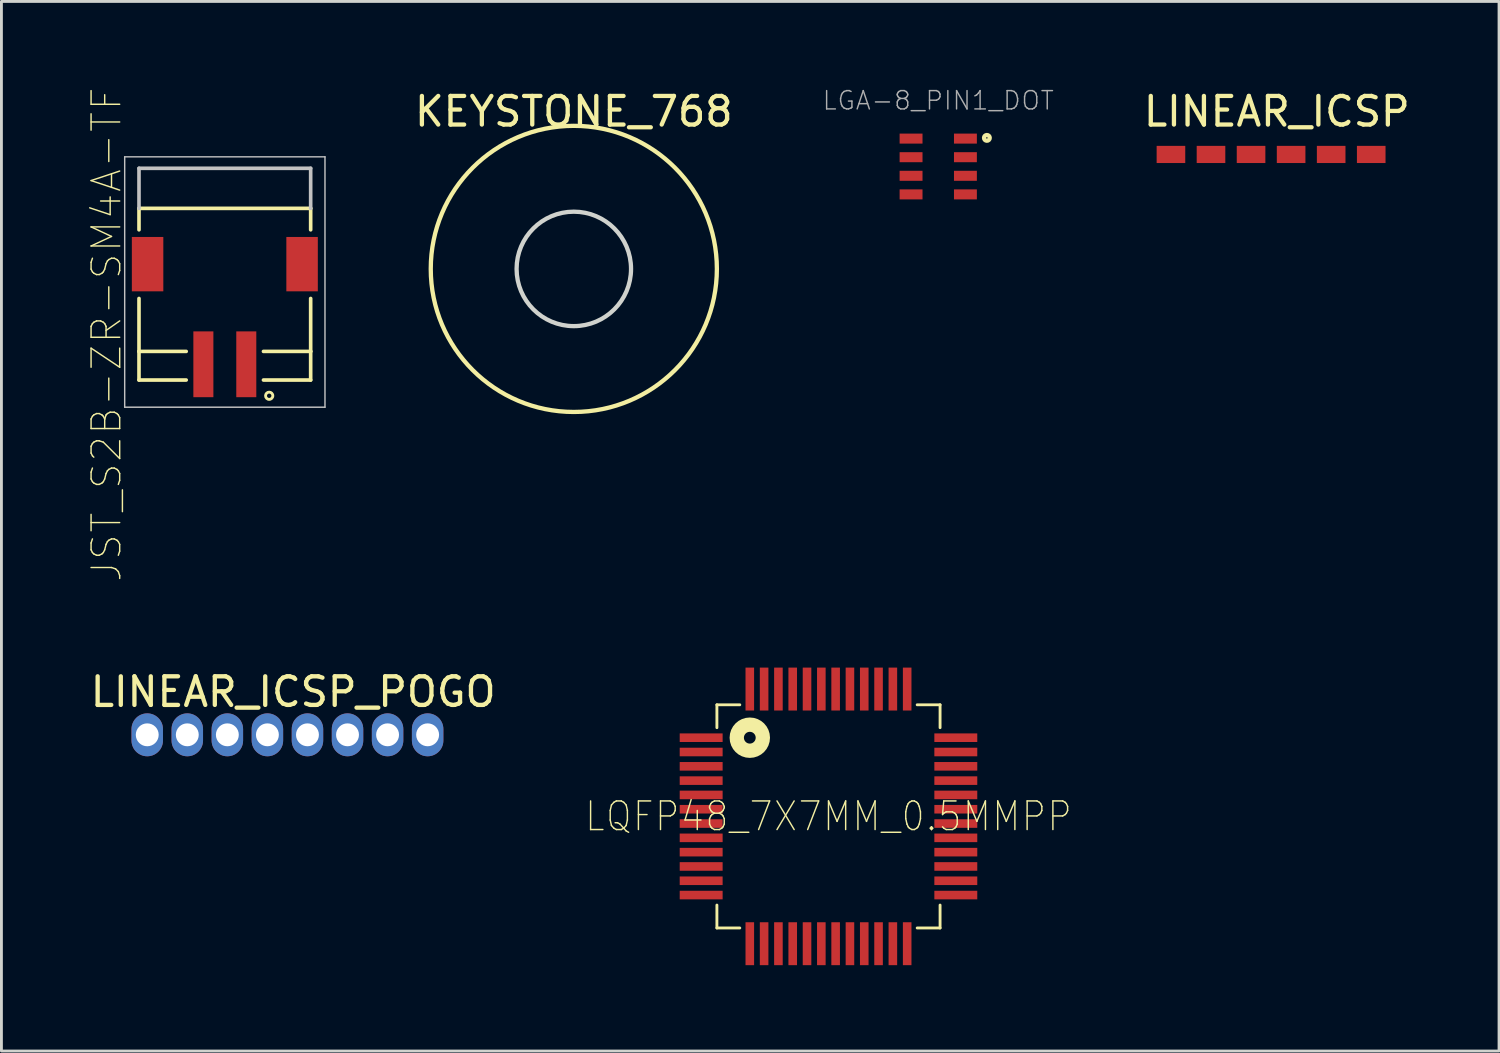
<source format=kicad_pcb>
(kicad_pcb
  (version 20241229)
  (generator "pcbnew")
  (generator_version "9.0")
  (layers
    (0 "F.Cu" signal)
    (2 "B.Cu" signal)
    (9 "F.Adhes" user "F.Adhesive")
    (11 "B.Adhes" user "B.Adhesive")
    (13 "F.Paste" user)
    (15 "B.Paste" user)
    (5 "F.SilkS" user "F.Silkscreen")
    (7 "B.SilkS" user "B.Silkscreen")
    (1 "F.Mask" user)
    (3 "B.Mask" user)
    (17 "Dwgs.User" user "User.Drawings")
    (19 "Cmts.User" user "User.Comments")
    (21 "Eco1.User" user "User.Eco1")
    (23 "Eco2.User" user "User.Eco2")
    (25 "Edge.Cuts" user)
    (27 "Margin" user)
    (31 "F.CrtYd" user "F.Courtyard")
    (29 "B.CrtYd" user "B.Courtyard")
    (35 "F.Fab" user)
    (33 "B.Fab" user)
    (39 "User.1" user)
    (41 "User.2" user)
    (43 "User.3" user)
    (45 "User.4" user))
  (footprint "KEYSTONE_768"
    (layer "F.Cu")
    (at 17.005 0.348)
    (property "Reference" "KEYSTONE_768" (at 0 0.5 0) (layer "F.SilkS") (effects (font (size 1 1) (thickness 0.15))))
    (attr through_hole)
    (fp_circle (center 0 6) (end 0 1) (stroke (width 0.15) (type solid)) (fill no) (layer "F.SilkS"))
    (fp_circle (center 0 6) (end 0 4) (stroke (width 0.15) (type solid)) (fill no) (layer "Edge.Cuts")))
  (footprint "LINEAR_ICSP"
    (layer "F.Cu")
    (at 41.375 0.948)
    (property "Reference" "LINEAR_ICSP" (at 0.2 -0.1 0) (layer "F.SilkS") (effects (font (size 1 1) (thickness 0.15))))
    (attr through_hole)
    (pad "1" connect rect (at -3.5 1.4) (size 1 0.6) (layers "F.Cu" "F.Mask"))
    (pad "2" connect rect (at -2.1 1.4) (size 1 0.6) (layers "F.Cu" "F.Mask"))
    (pad "3" connect rect (at -0.7 1.4) (size 1 0.6) (layers "F.Cu" "F.Mask"))
    (pad "4" connect rect (at 0.7 1.4) (size 1 0.6) (layers "F.Cu" "F.Mask"))
    (pad "5" connect rect (at 2.1 1.4) (size 1 0.6) (layers "F.Cu" "F.Mask"))
    (pad "6" connect rect (at 3.5 1.4) (size 1 0.6) (layers "F.Cu" "F.Mask")))
  (footprint "LQFP48_7X7MM_0.5MMPP"
    (layer "F.Cu")
    (at 25.906 25.483)
    (property "Reference" "LQFP48_7X7MM_0.5MMPP" (at 0 0 0) (layer "F.SilkS") (effects (font (size 1 0.9) (thickness 0.05))))
    (attr smd)
    (fp_line (start -3.9 -3.9) (end -3.9 -3.1) (stroke (width 0.1) (type solid)) (layer "F.SilkS"))
    (fp_line (start -3.9 3.9) (end -3.9 3.1) (stroke (width 0.1) (type solid)) (layer "F.SilkS"))
    (fp_line (start -3.1 -3.9) (end -3.9 -3.9) (stroke (width 0.1) (type solid)) (layer "F.SilkS"))
    (fp_line (start -3.1 3.9) (end -3.9 3.9) (stroke (width 0.1) (type solid)) (layer "F.SilkS"))
    (fp_line (start 3.1 -3.9) (end 3.9 -3.9) (stroke (width 0.1) (type solid)) (layer "F.SilkS"))
    (fp_line (start 3.1 3.9) (end 3.9 3.9) (stroke (width 0.1) (type solid)) (layer "F.SilkS"))
    (fp_line (start 3.9 -3.9) (end 3.9 -3.1) (stroke (width 0.1) (type solid)) (layer "F.SilkS"))
    (fp_line (start 3.9 3.9) (end 3.9 3.1) (stroke (width 0.1) (type solid)) (layer "F.SilkS"))
    (fp_circle (center -2.75 -2.75) (end -2.544 -2.75) (stroke (width 0.5) (type solid)) (fill no) (layer "F.SilkS"))
    (pad "1" smd rect (at -4.45 -2.75 90) (size 0.3 1.5) (layers "F.Cu" "F.Mask" "F.Paste"))
    (pad "2" smd rect (at -4.45 -2.25 90) (size 0.3 1.5) (layers "F.Cu" "F.Mask" "F.Paste"))
    (pad "3" smd rect (at -4.45 -1.75 90) (size 0.3 1.5) (layers "F.Cu" "F.Mask" "F.Paste"))
    (pad "4" smd rect (at -4.45 -1.25 90) (size 0.3 1.5) (layers "F.Cu" "F.Mask" "F.Paste"))
    (pad "5" smd rect (at -4.45 -0.75 90) (size 0.3 1.5) (layers "F.Cu" "F.Mask" "F.Paste"))
    (pad "6" smd rect (at -4.45 -0.25 90) (size 0.3 1.5) (layers "F.Cu" "F.Mask" "F.Paste"))
    (pad "7" smd rect (at -4.45 0.25 90) (size 0.3 1.5) (layers "F.Cu" "F.Mask" "F.Paste"))
    (pad "8" smd rect (at -4.45 0.75 90) (size 0.3 1.5) (layers "F.Cu" "F.Mask" "F.Paste"))
    (pad "9" smd rect (at -4.45 1.25 90) (size 0.3 1.5) (layers "F.Cu" "F.Mask" "F.Paste"))
    (pad "10" smd rect (at -4.45 1.75 90) (size 0.3 1.5) (layers "F.Cu" "F.Mask" "F.Paste"))
    (pad "11" smd rect (at -4.45 2.25 90) (size 0.3 1.5) (layers "F.Cu" "F.Mask" "F.Paste"))
    (pad "12" smd rect (at -4.45 2.75 90) (size 0.3 1.5) (layers "F.Cu" "F.Mask" "F.Paste"))
    (pad "13" smd rect (at -2.75 4.45 180) (size 0.3 1.5) (layers "F.Cu" "F.Mask" "F.Paste"))
    (pad "14" smd rect (at -2.25 4.45 180) (size 0.3 1.5) (layers "F.Cu" "F.Mask" "F.Paste"))
    (pad "15" smd rect (at -1.75 4.45 180) (size 0.3 1.5) (layers "F.Cu" "F.Mask" "F.Paste"))
    (pad "16" smd rect (at -1.25 4.45 180) (size 0.3 1.5) (layers "F.Cu" "F.Mask" "F.Paste"))
    (pad "17" smd rect (at -0.75 4.45 180) (size 0.3 1.5) (layers "F.Cu" "F.Mask" "F.Paste"))
    (pad "18" smd rect (at -0.25 4.45 180) (size 0.3 1.5) (layers "F.Cu" "F.Mask" "F.Paste"))
    (pad "19" smd rect (at 0.25 4.45 180) (size 0.3 1.5) (layers "F.Cu" "F.Mask" "F.Paste"))
    (pad "20" smd rect (at 0.75 4.45 180) (size 0.3 1.5) (layers "F.Cu" "F.Mask" "F.Paste"))
    (pad "21" smd rect (at 1.25 4.45 180) (size 0.3 1.5) (layers "F.Cu" "F.Mask" "F.Paste"))
    (pad "22" smd rect (at 1.75 4.45 180) (size 0.3 1.5) (layers "F.Cu" "F.Mask" "F.Paste"))
    (pad "23" smd rect (at 2.25 4.45 180) (size 0.3 1.5) (layers "F.Cu" "F.Mask" "F.Paste"))
    (pad "24" smd rect (at 2.75 4.45 180) (size 0.3 1.5) (layers "F.Cu" "F.Mask" "F.Paste"))
    (pad "25" smd rect (at 4.45 2.75 270) (size 0.3 1.5) (layers "F.Cu" "F.Mask" "F.Paste"))
    (pad "26" smd rect (at 4.45 2.25 270) (size 0.3 1.5) (layers "F.Cu" "F.Mask" "F.Paste"))
    (pad "27" smd rect (at 4.45 1.75 270) (size 0.3 1.5) (layers "F.Cu" "F.Mask" "F.Paste"))
    (pad "28" smd rect (at 4.45 1.25 270) (size 0.3 1.5) (layers "F.Cu" "F.Mask" "F.Paste"))
    (pad "29" smd rect (at 4.45 0.75 270) (size 0.3 1.5) (layers "F.Cu" "F.Mask" "F.Paste"))
    (pad "30" smd rect (at 4.45 0.25 270) (size 0.3 1.5) (layers "F.Cu" "F.Mask" "F.Paste"))
    (pad "31" smd rect (at 4.45 -0.25 270) (size 0.3 1.5) (layers "F.Cu" "F.Mask" "F.Paste"))
    (pad "32" smd rect (at 4.45 -0.75 270) (size 0.3 1.5) (layers "F.Cu" "F.Mask" "F.Paste"))
    (pad "33" smd rect (at 4.45 -1.25 270) (size 0.3 1.5) (layers "F.Cu" "F.Mask" "F.Paste"))
    (pad "34" smd rect (at 4.45 -1.75 270) (size 0.3 1.5) (layers "F.Cu" "F.Mask" "F.Paste"))
    (pad "35" smd rect (at 4.45 -2.25 270) (size 0.3 1.5) (layers "F.Cu" "F.Mask" "F.Paste"))
    (pad "36" smd rect (at 4.45 -2.75 270) (size 0.3 1.5) (layers "F.Cu" "F.Mask" "F.Paste"))
    (pad "37" smd rect (at 2.75 -4.45) (size 0.3 1.5) (layers "F.Cu" "F.Mask" "F.Paste"))
    (pad "38" smd rect (at 2.25 -4.45) (size 0.3 1.5) (layers "F.Cu" "F.Mask" "F.Paste"))
    (pad "39" smd rect (at 1.75 -4.45) (size 0.3 1.5) (layers "F.Cu" "F.Mask" "F.Paste"))
    (pad "40" smd rect (at 1.25 -4.45) (size 0.3 1.5) (layers "F.Cu" "F.Mask" "F.Paste"))
    (pad "41" smd rect (at 0.75 -4.45) (size 0.3 1.5) (layers "F.Cu" "F.Mask" "F.Paste"))
    (pad "42" smd rect (at 0.25 -4.45) (size 0.3 1.5) (layers "F.Cu" "F.Mask" "F.Paste"))
    (pad "43" smd rect (at -0.25 -4.45) (size 0.3 1.5) (layers "F.Cu" "F.Mask" "F.Paste"))
    (pad "44" smd rect (at -0.75 -4.45) (size 0.3 1.5) (layers "F.Cu" "F.Mask" "F.Paste"))
    (pad "45" smd rect (at -1.25 -4.45) (size 0.3 1.5) (layers "F.Cu" "F.Mask" "F.Paste"))
    (pad "46" smd rect (at -1.75 -4.45) (size 0.3 1.5) (layers "F.Cu" "F.Mask" "F.Paste"))
    (pad "47" smd rect (at -2.25 -4.45) (size 0.3 1.5) (layers "F.Cu" "F.Mask" "F.Paste"))
    (pad "48" smd rect (at -2.75 -4.45) (size 0.3 1.5) (layers "F.Cu" "F.Mask" "F.Paste")))
  (footprint "LGA-8_PIN1_DOT"
    (layer "F.Cu")
    (at 29.742 2.769)
    (property "Reference" "LGA-8_PIN1_DOT" (at 0 -2.306 0) (layer "F.Fab") (effects (font (size 0.64 0.64) (thickness 0.05))))
    (attr smd)
    (fp_circle (center 1.7 -1) (end 1.8 -1) (stroke (width 0.15) (type solid)) (fill no) (layer "F.SilkS"))
    (pad "1" smd rect (at 0.95 -0.975) (size 0.8 0.35) (layers "F.Cu" "F.Mask" "F.Paste"))
    (pad "2" smd rect (at 0.95 -0.325) (size 0.8 0.35) (layers "F.Cu" "F.Mask" "F.Paste"))
    (pad "3" smd rect (at 0.95 0.325) (size 0.8 0.35) (layers "F.Cu" "F.Mask" "F.Paste"))
    (pad "4" smd rect (at 0.95 0.975) (size 0.8 0.35) (layers "F.Cu" "F.Mask" "F.Paste"))
    (pad "5" smd rect (at -0.95 0.975) (size 0.8 0.35) (layers "F.Cu" "F.Mask" "F.Paste"))
    (pad "6" smd rect (at -0.95 0.325) (size 0.8 0.35) (layers "F.Cu" "F.Mask" "F.Paste"))
    (pad "7" smd rect (at -0.95 -0.325) (size 0.8 0.35) (layers "F.Cu" "F.Mask" "F.Paste"))
    (pad "8" smd rect (at -0.95 -0.975) (size 0.8 0.35) (layers "F.Cu" "F.Mask" "F.Paste")))
  (footprint "LINEAR_ICSP_POGO"
    (layer "F.Cu")
    (at 6.996 21.232)
    (property "Reference" "LINEAR_ICSP_POGO" (at 0.2 -0.1 0) (layer "F.SilkS") (effects (font (size 1 1) (thickness 0.15))))
    (attr through_hole)
    (pad "1" thru_hole oval (at -3.5 1.4) (size 1.1 1.5) (drill 0.8) (layers "*.Cu" "*.Mask"))
    (pad "2" thru_hole oval (at -2.1 1.4) (size 1.1 1.5) (drill 0.8) (layers "*.Cu" "*.Mask"))
    (pad "3" thru_hole oval (at -0.7 1.4) (size 1.1 1.5) (drill 0.8) (layers "*.Cu" "*.Mask"))
    (pad "4" thru_hole oval (at 0.7 1.4) (size 1.1 1.5) (drill 0.8) (layers "*.Cu" "*.Mask"))
    (pad "5" thru_hole oval (at 2.1 1.4) (size 1.1 1.5) (drill 0.8) (layers "*.Cu" "*.Mask"))
    (pad "6" thru_hole oval (at 3.5 1.4) (size 1.1 1.5) (drill 0.8) (layers "*.Cu" "*.Mask"))
    (pad "NC1" thru_hole oval (at -4.9 1.4) (size 1.1 1.5) (drill 0.8) (layers "*.Cu" "*.Mask"))
    (pad "NC2" thru_hole oval (at 4.9 1.4) (size 1.1 1.5) (drill 0.8) (layers "*.Cu" "*.Mask")))
  (footprint "JST_S2B-ZR-SM4A-TF"
    (layer "F.Cu")
    (at 4.808 9.682)
    (property "Reference" "JST_S2B-ZR-SM4A-TF" (at -4.135 -1.04 90) (layer "F.SilkS") (effects (font (size 1 1) (thickness 0.05))))
    (attr smd)
    (fp_line (start -3 -5.45) (end 3 -5.45) (stroke (width 0.127) (type solid)) (layer "F.SilkS"))
    (fp_line (start -3 -4.7) (end -3 -5.45) (stroke (width 0.127) (type solid)) (layer "F.SilkS"))
    (fp_line (start -3 -0.45) (end -3 -2.3) (stroke (width 0.127) (type solid)) (layer "F.SilkS"))
    (fp_line (start -3 -0.45) (end -1.35 -0.45) (stroke (width 0.127) (type solid)) (layer "F.SilkS"))
    (fp_line (start -3 0.55) (end -3 -0.45) (stroke (width 0.127) (type solid)) (layer "F.SilkS"))
    (fp_line (start -1.35 0.55) (end -3 0.55) (stroke (width 0.127) (type solid)) (layer "F.SilkS"))
    (fp_line (start 1.35 -0.45) (end 3 -0.45) (stroke (width 0.127) (type solid)) (layer "F.SilkS"))
    (fp_line (start 3 -5.45) (end 3 -4.7) (stroke (width 0.127) (type solid)) (layer "F.SilkS"))
    (fp_line (start 3 -2.3) (end 3 -0.45) (stroke (width 0.127) (type solid)) (layer "F.SilkS"))
    (fp_line (start 3 -0.45) (end 3 0.55) (stroke (width 0.127) (type solid)) (layer "F.SilkS"))
    (fp_line (start 3 0.55) (end 1.35 0.55) (stroke (width 0.127) (type solid)) (layer "F.SilkS"))
    (fp_circle (center 1.55 1.1) (end 1.677 1.1) (stroke (width 0.1) (type solid)) (fill no) (layer "F.SilkS"))
    (fp_line (start -3.5 -7.25) (end -3.5 1.5) (stroke (width 0.05) (type solid)) (layer "Dwgs.User"))
    (fp_line (start -3.5 1.5) (end 3.5 1.5) (stroke (width 0.05) (type solid)) (layer "Dwgs.User"))
    (fp_line (start -3 -6.85) (end -3 -5.45) (stroke (width 0.127) (type solid)) (layer "Dwgs.User"))
    (fp_line (start -3 -6.85) (end 3 -6.85) (stroke (width 0.127) (type solid)) (layer "Dwgs.User"))
    (fp_line (start 3 -6.85) (end 3 -5.45) (stroke (width 0.127) (type solid)) (layer "Dwgs.User"))
    (fp_line (start 3.5 -7.25) (end -3.5 -7.25) (stroke (width 0.05) (type solid)) (layer "Dwgs.User"))
    (fp_line (start 3.5 1.5) (end 3.5 -7.25) (stroke (width 0.05) (type solid)) (layer "Dwgs.User"))
    (pad "1" smd rect (at 0.75 0) (size 0.7 2.3) (layers "F.Cu" "F.Mask" "F.Paste"))
    (pad "2" smd rect (at -0.75 0) (size 0.7 2.3) (layers "F.Cu" "F.Mask" "F.Paste"))
    (pad "P1" smd rect (at 2.7 -3.5) (size 1.1 1.9) (layers "F.Cu" "F.Mask" "F.Paste"))
    (pad "P2" smd rect (at -2.7 -3.5) (size 1.1 1.9) (layers "F.Cu" "F.Mask" "F.Paste")))
  (gr_rect
    (start -3 -3)
    (end 49.342 33.683)
    (stroke (width 0.1) (type default))
    (fill no)
    (layer "Edge.Cuts")))
</source>
